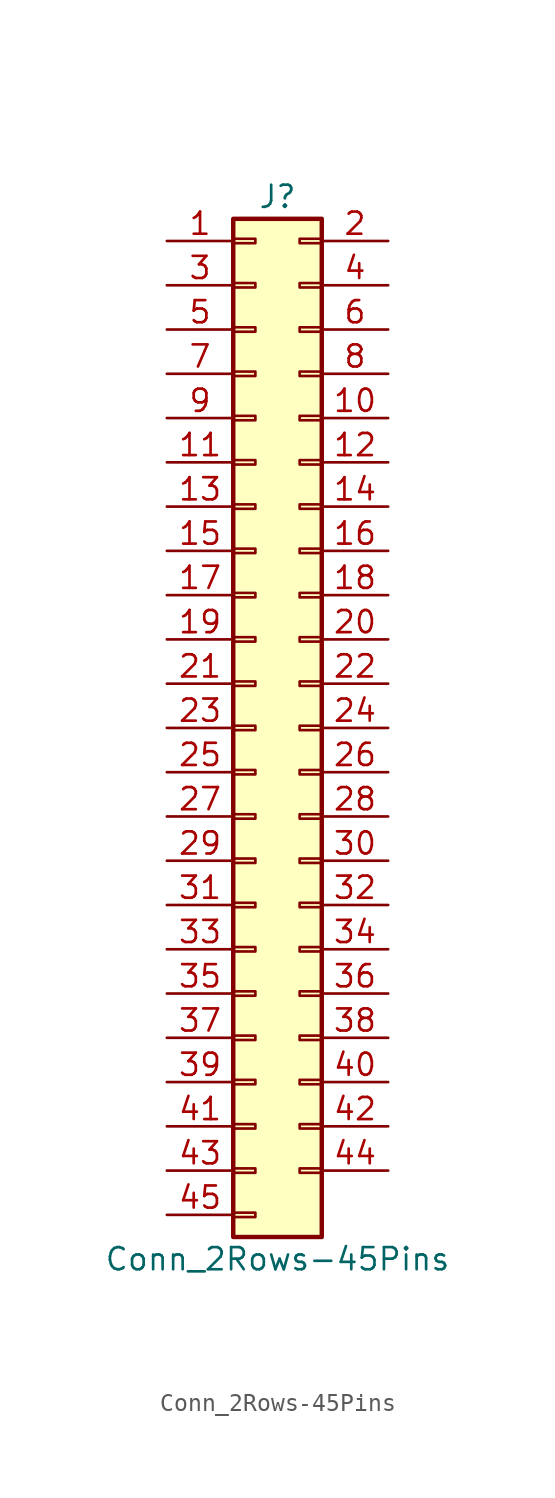
<source format=kicad_sym>
(kicad_symbol_lib
  (version 20220914)
  (generator kicad_symbol_editor)
  (symbol "Conn_2Rows-45Pins"
    (pin_names
      (offset 1.016) hide)
    (property "Reference" "J"
      (at 1.27 30.48 0)
      (effects (font (size 1.27 1.27))))
    (property "Value" "Conn_2Rows-45Pins"
      (at 1.27 -30.48 0)
      (effects (font (size 1.27 1.27))))
    (symbol "Conn_2Rows-45Pins_1_1"
      (rectangle (start -1.27 -27.813) (end 0 -28.067) (stroke (width 0.152) (type solid)) (fill (type none)))
      (rectangle (start -1.27 -25.273) (end 0 -25.527) (stroke (width 0.152) (type solid)) (fill (type none)))
      (rectangle (start -1.27 -22.733) (end 0 -22.987) (stroke (width 0.152) (type solid)) (fill (type none)))
      (rectangle (start -1.27 -20.193) (end 0 -20.447) (stroke (width 0.152) (type solid)) (fill (type none)))
      (rectangle (start -1.27 -17.653) (end 0 -17.907) (stroke (width 0.152) (type solid)) (fill (type none)))
      (rectangle (start -1.27 -15.113) (end 0 -15.367) (stroke (width 0.152) (type solid)) (fill (type none)))
      (rectangle (start -1.27 -12.573) (end 0 -12.827) (stroke (width 0.152) (type solid)) (fill (type none)))
      (rectangle (start -1.27 -10.033) (end 0 -10.287) (stroke (width 0.152) (type solid)) (fill (type none)))
      (rectangle (start -1.27 -7.493) (end 0 -7.747) (stroke (width 0.152) (type solid)) (fill (type none)))
      (rectangle (start -1.27 -4.953) (end 0 -5.207) (stroke (width 0.152) (type solid)) (fill (type none)))
      (rectangle (start -1.27 -2.413) (end 0 -2.667) (stroke (width 0.152) (type solid)) (fill (type none)))
      (rectangle (start -1.27 0.127) (end 0 -0.127) (stroke (width 0.152) (type solid)) (fill (type none)))
      (rectangle (start -1.27 2.667) (end 0 2.413) (stroke (width 0.152) (type solid)) (fill (type none)))
      (rectangle (start -1.27 5.207) (end 0 4.953) (stroke (width 0.152) (type solid)) (fill (type none)))
      (rectangle (start -1.27 7.747) (end 0 7.493) (stroke (width 0.152) (type solid)) (fill (type none)))
      (rectangle (start -1.27 10.287) (end 0 10.033) (stroke (width 0.152) (type solid)) (fill (type none)))
      (rectangle (start -1.27 12.827) (end 0 12.573) (stroke (width 0.152) (type solid)) (fill (type none)))
      (rectangle (start -1.27 15.367) (end 0 15.113) (stroke (width 0.152) (type solid)) (fill (type none)))
      (rectangle (start -1.27 17.907) (end 0 17.653) (stroke (width 0.152) (type solid)) (fill (type none)))
      (rectangle (start -1.27 20.447) (end 0 20.193) (stroke (width 0.152) (type solid)) (fill (type none)))
      (rectangle (start -1.27 22.987) (end 0 22.733) (stroke (width 0.152) (type solid)) (fill (type none)))
      (rectangle (start -1.27 25.527) (end 0 25.273) (stroke (width 0.152) (type solid)) (fill (type none)))
      (rectangle (start -1.27 28.067) (end 0 27.813) (stroke (width 0.152) (type solid)) (fill (type none)))
      (rectangle (start -1.27 29.21) (end 3.81 -29.21) (stroke (width 0.254) (type solid)) (fill (type background)))
      (rectangle (start 3.81 -25.273) (end 2.54 -25.527) (stroke (width 0.152) (type solid)) (fill (type none)))
      (rectangle (start 3.81 -22.733) (end 2.54 -22.987) (stroke (width 0.152) (type solid)) (fill (type none)))
      (rectangle (start 3.81 -20.193) (end 2.54 -20.447) (stroke (width 0.152) (type solid)) (fill (type none)))
      (rectangle (start 3.81 -17.653) (end 2.54 -17.907) (stroke (width 0.152) (type solid)) (fill (type none)))
      (rectangle (start 3.81 -15.113) (end 2.54 -15.367) (stroke (width 0.152) (type solid)) (fill (type none)))
      (rectangle (start 3.81 -12.573) (end 2.54 -12.827) (stroke (width 0.152) (type solid)) (fill (type none)))
      (rectangle (start 3.81 -10.033) (end 2.54 -10.287) (stroke (width 0.152) (type solid)) (fill (type none)))
      (rectangle (start 3.81 -7.493) (end 2.54 -7.747) (stroke (width 0.152) (type solid)) (fill (type none)))
      (rectangle (start 3.81 -4.953) (end 2.54 -5.207) (stroke (width 0.152) (type solid)) (fill (type none)))
      (rectangle (start 3.81 -2.413) (end 2.54 -2.667) (stroke (width 0.152) (type solid)) (fill (type none)))
      (rectangle (start 3.81 0.127) (end 2.54 -0.127) (stroke (width 0.152) (type solid)) (fill (type none)))
      (rectangle (start 3.81 2.667) (end 2.54 2.413) (stroke (width 0.152) (type solid)) (fill (type none)))
      (rectangle (start 3.81 5.207) (end 2.54 4.953) (stroke (width 0.152) (type solid)) (fill (type none)))
      (rectangle (start 3.81 7.747) (end 2.54 7.493) (stroke (width 0.152) (type solid)) (fill (type none)))
      (rectangle (start 3.81 10.287) (end 2.54 10.033) (stroke (width 0.152) (type solid)) (fill (type none)))
      (rectangle (start 3.81 12.827) (end 2.54 12.573) (stroke (width 0.152) (type solid)) (fill (type none)))
      (rectangle (start 3.81 15.367) (end 2.54 15.113) (stroke (width 0.152) (type solid)) (fill (type none)))
      (rectangle (start 3.81 17.907) (end 2.54 17.653) (stroke (width 0.152) (type solid)) (fill (type none)))
      (rectangle (start 3.81 20.447) (end 2.54 20.193) (stroke (width 0.152) (type solid)) (fill (type none)))
      (rectangle (start 3.81 22.987) (end 2.54 22.733) (stroke (width 0.152) (type solid)) (fill (type none)))
      (rectangle (start 3.81 25.527) (end 2.54 25.273) (stroke (width 0.152) (type solid)) (fill (type none)))
      (rectangle (start 3.81 28.067) (end 2.54 27.813) (stroke (width 0.152) (type solid)) (fill (type none)))
      (pin passive line (at -5.08 27.94 0) (length 3.81) (name "Pin_1" (effects (font (size 1.27 1.27)))) (number "1" (effects (font (size 1.27 1.27)))))
      (pin passive line (at 7.62 17.78 180) (length 3.81) (name "Pin_10" (effects (font (size 1.27 1.27)))) (number "10" (effects (font (size 1.27 1.27)))))
      (pin passive line (at -5.08 15.24 0) (length 3.81) (name "Pin_11" (effects (font (size 1.27 1.27)))) (number "11" (effects (font (size 1.27 1.27)))))
      (pin passive line (at 7.62 15.24 180) (length 3.81) (name "Pin_12" (effects (font (size 1.27 1.27)))) (number "12" (effects (font (size 1.27 1.27)))))
      (pin passive line (at -5.08 12.7 0) (length 3.81) (name "Pin_13" (effects (font (size 1.27 1.27)))) (number "13" (effects (font (size 1.27 1.27)))))
      (pin passive line (at 7.62 12.7 180) (length 3.81) (name "Pin_14" (effects (font (size 1.27 1.27)))) (number "14" (effects (font (size 1.27 1.27)))))
      (pin passive line (at -5.08 10.16 0) (length 3.81) (name "Pin_15" (effects (font (size 1.27 1.27)))) (number "15" (effects (font (size 1.27 1.27)))))
      (pin passive line (at 7.62 10.16 180) (length 3.81) (name "Pin_16" (effects (font (size 1.27 1.27)))) (number "16" (effects (font (size 1.27 1.27)))))
      (pin passive line (at -5.08 7.62 0) (length 3.81) (name "Pin_17" (effects (font (size 1.27 1.27)))) (number "17" (effects (font (size 1.27 1.27)))))
      (pin passive line (at 7.62 7.62 180) (length 3.81) (name "Pin_18" (effects (font (size 1.27 1.27)))) (number "18" (effects (font (size 1.27 1.27)))))
      (pin passive line (at -5.08 5.08 0) (length 3.81) (name "Pin_19" (effects (font (size 1.27 1.27)))) (number "19" (effects (font (size 1.27 1.27)))))
      (pin passive line (at 7.62 27.94 180) (length 3.81) (name "Pin_2" (effects (font (size 1.27 1.27)))) (number "2" (effects (font (size 1.27 1.27)))))
      (pin passive line (at 7.62 5.08 180) (length 3.81) (name "Pin_20" (effects (font (size 1.27 1.27)))) (number "20" (effects (font (size 1.27 1.27)))))
      (pin passive line (at -5.08 2.54 0) (length 3.81) (name "Pin_21" (effects (font (size 1.27 1.27)))) (number "21" (effects (font (size 1.27 1.27)))))
      (pin passive line (at 7.62 2.54 180) (length 3.81) (name "Pin_22" (effects (font (size 1.27 1.27)))) (number "22" (effects (font (size 1.27 1.27)))))
      (pin passive line (at -5.08 0 0) (length 3.81) (name "Pin_23" (effects (font (size 1.27 1.27)))) (number "23" (effects (font (size 1.27 1.27)))))
      (pin passive line (at 7.62 0 180) (length 3.81) (name "Pin_24" (effects (font (size 1.27 1.27)))) (number "24" (effects (font (size 1.27 1.27)))))
      (pin passive line (at -5.08 -2.54 0) (length 3.81) (name "Pin_25" (effects (font (size 1.27 1.27)))) (number "25" (effects (font (size 1.27 1.27)))))
      (pin passive line (at 7.62 -2.54 180) (length 3.81) (name "Pin_26" (effects (font (size 1.27 1.27)))) (number "26" (effects (font (size 1.27 1.27)))))
      (pin passive line (at -5.08 -5.08 0) (length 3.81) (name "Pin_27" (effects (font (size 1.27 1.27)))) (number "27" (effects (font (size 1.27 1.27)))))
      (pin passive line (at 7.62 -5.08 180) (length 3.81) (name "Pin_28" (effects (font (size 1.27 1.27)))) (number "28" (effects (font (size 1.27 1.27)))))
      (pin passive line (at -5.08 -7.62 0) (length 3.81) (name "Pin_29" (effects (font (size 1.27 1.27)))) (number "29" (effects (font (size 1.27 1.27)))))
      (pin passive line (at -5.08 25.4 0) (length 3.81) (name "Pin_3" (effects (font (size 1.27 1.27)))) (number "3" (effects (font (size 1.27 1.27)))))
      (pin passive line (at 7.62 -7.62 180) (length 3.81) (name "Pin_30" (effects (font (size 1.27 1.27)))) (number "30" (effects (font (size 1.27 1.27)))))
      (pin passive line (at -5.08 -10.16 0) (length 3.81) (name "Pin_31" (effects (font (size 1.27 1.27)))) (number "31" (effects (font (size 1.27 1.27)))))
      (pin passive line (at 7.62 -10.16 180) (length 3.81) (name "Pin_32" (effects (font (size 1.27 1.27)))) (number "32" (effects (font (size 1.27 1.27)))))
      (pin passive line (at -5.08 -12.7 0) (length 3.81) (name "Pin_33" (effects (font (size 1.27 1.27)))) (number "33" (effects (font (size 1.27 1.27)))))
      (pin passive line (at 7.62 -12.7 180) (length 3.81) (name "Pin_34" (effects (font (size 1.27 1.27)))) (number "34" (effects (font (size 1.27 1.27)))))
      (pin passive line (at -5.08 -15.24 0) (length 3.81) (name "Pin_35" (effects (font (size 1.27 1.27)))) (number "35" (effects (font (size 1.27 1.27)))))
      (pin passive line (at 7.62 -15.24 180) (length 3.81) (name "Pin_36" (effects (font (size 1.27 1.27)))) (number "36" (effects (font (size 1.27 1.27)))))
      (pin passive line (at -5.08 -17.78 0) (length 3.81) (name "Pin_37" (effects (font (size 1.27 1.27)))) (number "37" (effects (font (size 1.27 1.27)))))
      (pin passive line (at 7.62 -17.78 180) (length 3.81) (name "Pin_38" (effects (font (size 1.27 1.27)))) (number "38" (effects (font (size 1.27 1.27)))))
      (pin passive line (at -5.08 -20.32 0) (length 3.81) (name "Pin_39" (effects (font (size 1.27 1.27)))) (number "39" (effects (font (size 1.27 1.27)))))
      (pin passive line (at 7.62 25.4 180) (length 3.81) (name "Pin_4" (effects (font (size 1.27 1.27)))) (number "4" (effects (font (size 1.27 1.27)))))
      (pin passive line (at 7.62 -20.32 180) (length 3.81) (name "Pin_40" (effects (font (size 1.27 1.27)))) (number "40" (effects (font (size 1.27 1.27)))))
      (pin passive line (at -5.08 -22.86 0) (length 3.81) (name "Pin_41" (effects (font (size 1.27 1.27)))) (number "41" (effects (font (size 1.27 1.27)))))
      (pin passive line (at 7.62 -22.86 180) (length 3.81) (name "Pin_42" (effects (font (size 1.27 1.27)))) (number "42" (effects (font (size 1.27 1.27)))))
      (pin passive line (at -5.08 -25.4 0) (length 3.81) (name "Pin_43" (effects (font (size 1.27 1.27)))) (number "43" (effects (font (size 1.27 1.27)))))
      (pin passive line (at 7.62 -25.4 180) (length 3.81) (name "Pin_44" (effects (font (size 1.27 1.27)))) (number "44" (effects (font (size 1.27 1.27)))))
      (pin passive line (at -5.08 -27.94 0) (length 3.81) (name "Pin_45" (effects (font (size 1.27 1.27)))) (number "45" (effects (font (size 1.27 1.27)))))
      (pin passive line (at -5.08 22.86 0) (length 3.81) (name "Pin_5" (effects (font (size 1.27 1.27)))) (number "5" (effects (font (size 1.27 1.27)))))
      (pin passive line (at 7.62 22.86 180) (length 3.81) (name "Pin_6" (effects (font (size 1.27 1.27)))) (number "6" (effects (font (size 1.27 1.27)))))
      (pin passive line (at -5.08 20.32 0) (length 3.81) (name "Pin_7" (effects (font (size 1.27 1.27)))) (number "7" (effects (font (size 1.27 1.27)))))
      (pin passive line (at 7.62 20.32 180) (length 3.81) (name "Pin_8" (effects (font (size 1.27 1.27)))) (number "8" (effects (font (size 1.27 1.27)))))
      (pin passive line (at -5.08 17.78 0) (length 3.81) (name "Pin_9" (effects (font (size 1.27 1.27)))) (number "9" (effects (font (size 1.27 1.27))))))))
</source>
